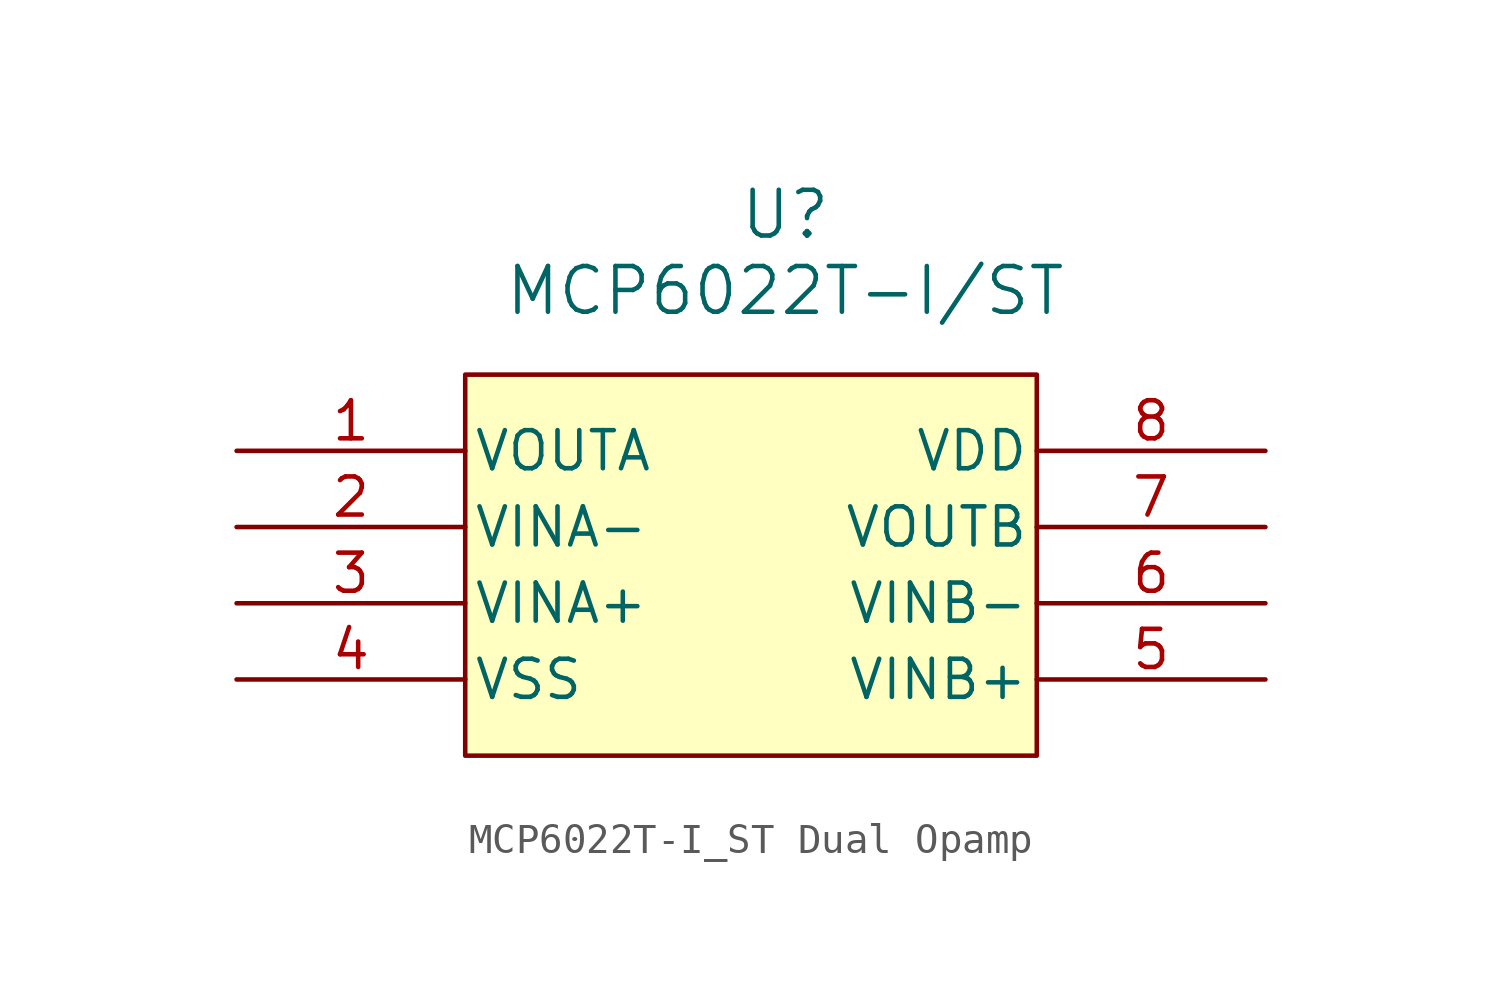
<source format=kicad_sym>
(kicad_symbol_lib
  (version 20241209)
  (generator "kicad_symbol_editor")
  (generator_version "9.0")
  (symbol "MCP6022T-I_ST Dual Opamp"
    (pin_names
      (offset 0.254))
    (property "Reference" "U"
      (at 50.038 7.874 0)
      (effects (font (size 1.524 1.524))))
    (property "Value" "MCP6022T-I/ST"
      (at 50.038 5.334 0)
      (effects (font (size 1.524 1.524))))
    (symbol "MCP6022T-I_ST Dual Opamp_0_1"
      (pin unspecified line (at 31.75 0 0) (length 7.62) (name "VOUTA" (effects (font (size 1.27 1.27)))) (number "1" (effects (font (size 1.27 1.27)))))
      (pin unspecified line (at 31.75 -2.54 0) (length 7.62) (name "VINA-" (effects (font (size 1.27 1.27)))) (number "2" (effects (font (size 1.27 1.27)))))
      (pin unspecified line (at 31.75 -5.08 0) (length 7.62) (name "VINA+" (effects (font (size 1.27 1.27)))) (number "3" (effects (font (size 1.27 1.27)))))
      (pin unspecified line (at 31.75 -7.62 0) (length 7.62) (name "VSS" (effects (font (size 1.27 1.27)))) (number "4" (effects (font (size 1.27 1.27)))))
      (pin unspecified line (at 66.04 0 180) (length 7.62) (name "VDD" (effects (font (size 1.27 1.27)))) (number "8" (effects (font (size 1.27 1.27)))))
      (pin unspecified line (at 66.04 -2.54 180) (length 7.62) (name "VOUTB" (effects (font (size 1.27 1.27)))) (number "7" (effects (font (size 1.27 1.27)))))
      (pin unspecified line (at 66.04 -5.08 180) (length 7.62) (name "VINB-" (effects (font (size 1.27 1.27)))) (number "6" (effects (font (size 1.27 1.27)))))
      (pin unspecified line (at 66.04 -7.62 180) (length 7.62) (name "VINB+" (effects (font (size 1.27 1.27)))) (number "5" (effects (font (size 1.27 1.27))))))
    (symbol "MCP6022T-I_ST Dual Opamp_1_1"
      (rectangle (start 39.37 2.54) (end 58.42 -10.16) (stroke (width 0) (type solid)) (fill (type background))))))
</source>
